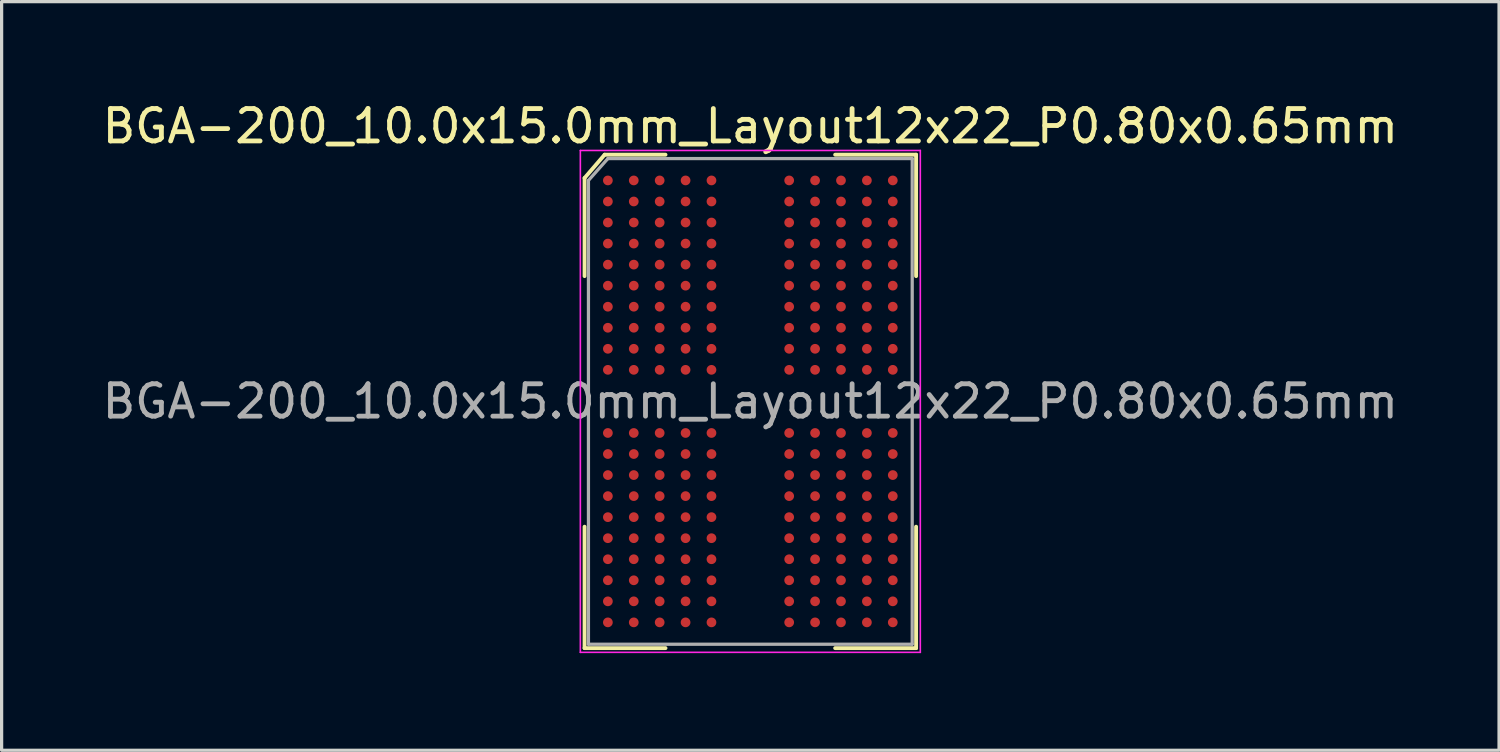
<source format=kicad_pcb>
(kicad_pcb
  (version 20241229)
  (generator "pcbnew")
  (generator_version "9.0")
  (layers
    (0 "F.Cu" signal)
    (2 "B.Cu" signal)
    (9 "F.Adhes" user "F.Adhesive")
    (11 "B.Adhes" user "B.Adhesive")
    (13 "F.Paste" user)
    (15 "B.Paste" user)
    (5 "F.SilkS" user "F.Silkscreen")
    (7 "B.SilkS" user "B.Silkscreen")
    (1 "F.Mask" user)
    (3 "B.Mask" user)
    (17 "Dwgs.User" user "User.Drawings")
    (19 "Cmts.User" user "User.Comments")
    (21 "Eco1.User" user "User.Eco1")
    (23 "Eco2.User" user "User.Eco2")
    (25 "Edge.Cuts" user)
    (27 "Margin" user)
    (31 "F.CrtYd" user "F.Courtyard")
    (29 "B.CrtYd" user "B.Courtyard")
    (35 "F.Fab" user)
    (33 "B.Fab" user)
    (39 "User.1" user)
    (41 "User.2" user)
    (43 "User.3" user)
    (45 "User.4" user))
  (footprint "BGA-200_10.0x15.0mm_Layout12x22_P0.80x0.65mm"
    (layer "F.Cu")
    (at 20.125 9.348)
    (property "Reference" "BGA-200_10.0x15.0mm_Layout12x22_P0.80x0.65mm" (at 0 -8.5 0) (layer "F.SilkS") (effects (font (size 1 1) (thickness 0.15))))
    (attr smd)
    (fp_line (start -5.12 -6.9) (end -5.12 -3.87) (stroke (width 0.12) (type solid)) (layer "F.SilkS"))
    (fp_line (start -5.12 7.62) (end -5.12 3.87) (stroke (width 0.12) (type solid)) (layer "F.SilkS"))
    (fp_line (start -4.5 -7.62) (end -5.12 -6.9) (stroke (width 0.12) (type solid)) (layer "F.SilkS"))
    (fp_line (start -2.62 -7.62) (end -4.5 -7.62) (stroke (width 0.12) (type solid)) (layer "F.SilkS"))
    (fp_line (start -2.62 7.62) (end -5.12 7.62) (stroke (width 0.12) (type solid)) (layer "F.SilkS"))
    (fp_line (start 2.62 -7.62) (end 5.12 -7.62) (stroke (width 0.12) (type solid)) (layer "F.SilkS"))
    (fp_line (start 2.62 7.62) (end 5.12 7.62) (stroke (width 0.12) (type solid)) (layer "F.SilkS"))
    (fp_line (start 5.12 -7.62) (end 5.12 -3.87) (stroke (width 0.12) (type solid)) (layer "F.SilkS"))
    (fp_line (start 5.12 7.62) (end 5.12 3.87) (stroke (width 0.12) (type solid)) (layer "F.SilkS"))
    (fp_line (start -5.25 -7.75) (end 5.25 -7.75) (stroke (width 0.05) (type solid)) (layer "F.CrtYd"))
    (fp_line (start -5.25 7.75) (end -5.25 -7.75) (stroke (width 0.05) (type solid)) (layer "F.CrtYd"))
    (fp_line (start 5.25 -7.75) (end 5.25 7.75) (stroke (width 0.05) (type solid)) (layer "F.CrtYd"))
    (fp_line (start 5.25 7.75) (end -5.25 7.75) (stroke (width 0.05) (type solid)) (layer "F.CrtYd"))
    (fp_line (start -5 -6.825) (end -5 7.5) (stroke (width 0.1) (type solid)) (layer "F.Fab"))
    (fp_line (start -5 7.5) (end 5 7.5) (stroke (width 0.1) (type solid)) (layer "F.Fab"))
    (fp_line (start -4.4 -7.5) (end -5 -6.825) (stroke (width 0.1) (type solid)) (layer "F.Fab"))
    (fp_line (start 5 -7.5) (end -4.4 -7.5) (stroke (width 0.1) (type solid)) (layer "F.Fab"))
    (fp_line (start 5 7.5) (end 5 -7.5) (stroke (width 0.1) (type solid)) (layer "F.Fab"))
    (fp_text user "${REFERENCE}" (at 0 0 0) (layer "F.Fab") (effects (font (size 1 1) (thickness 0.15))))
    (pad "A1" smd circle (at -4.4 -6.825) (size 0.3 0.3) (layers "F.Cu" "F.Mask" "F.Paste"))
    (pad "A2" smd circle (at -3.6 -6.825) (size 0.3 0.3) (layers "F.Cu" "F.Mask" "F.Paste"))
    (pad "A3" smd circle (at -2.8 -6.825) (size 0.3 0.3) (layers "F.Cu" "F.Mask" "F.Paste"))
    (pad "A4" smd circle (at -2 -6.825) (size 0.3 0.3) (layers "F.Cu" "F.Mask" "F.Paste"))
    (pad "A5" smd circle (at -1.2 -6.825) (size 0.3 0.3) (layers "F.Cu" "F.Mask" "F.Paste"))
    (pad "A8" smd circle (at 1.2 -6.825) (size 0.3 0.3) (layers "F.Cu" "F.Mask" "F.Paste"))
    (pad "A9" smd circle (at 2 -6.825) (size 0.3 0.3) (layers "F.Cu" "F.Mask" "F.Paste"))
    (pad "A10" smd circle (at 2.8 -6.825) (size 0.3 0.3) (layers "F.Cu" "F.Mask" "F.Paste"))
    (pad "A11" smd circle (at 3.6 -6.825) (size 0.3 0.3) (layers "F.Cu" "F.Mask" "F.Paste"))
    (pad "A12" smd circle (at 4.4 -6.825) (size 0.3 0.3) (layers "F.Cu" "F.Mask" "F.Paste"))
    (pad "AA1" smd circle (at -4.4 6.175) (size 0.3 0.3) (layers "F.Cu" "F.Mask" "F.Paste"))
    (pad "AA2" smd circle (at -3.6 6.175) (size 0.3 0.3) (layers "F.Cu" "F.Mask" "F.Paste"))
    (pad "AA3" smd circle (at -2.8 6.175) (size 0.3 0.3) (layers "F.Cu" "F.Mask" "F.Paste"))
    (pad "AA4" smd circle (at -2 6.175) (size 0.3 0.3) (layers "F.Cu" "F.Mask" "F.Paste"))
    (pad "AA5" smd circle (at -1.2 6.175) (size 0.3 0.3) (layers "F.Cu" "F.Mask" "F.Paste"))
    (pad "AA8" smd circle (at 1.2 6.175) (size 0.3 0.3) (layers "F.Cu" "F.Mask" "F.Paste"))
    (pad "AA9" smd circle (at 2 6.175) (size 0.3 0.3) (layers "F.Cu" "F.Mask" "F.Paste"))
    (pad "AA10" smd circle (at 2.8 6.175) (size 0.3 0.3) (layers "F.Cu" "F.Mask" "F.Paste"))
    (pad "AA11" smd circle (at 3.6 6.175) (size 0.3 0.3) (layers "F.Cu" "F.Mask" "F.Paste"))
    (pad "AA12" smd circle (at 4.4 6.175) (size 0.3 0.3) (layers "F.Cu" "F.Mask" "F.Paste"))
    (pad "AB1" smd circle (at -4.4 6.825) (size 0.3 0.3) (layers "F.Cu" "F.Mask" "F.Paste"))
    (pad "AB2" smd circle (at -3.6 6.825) (size 0.3 0.3) (layers "F.Cu" "F.Mask" "F.Paste"))
    (pad "AB3" smd circle (at -2.8 6.825) (size 0.3 0.3) (layers "F.Cu" "F.Mask" "F.Paste"))
    (pad "AB4" smd circle (at -2 6.825) (size 0.3 0.3) (layers "F.Cu" "F.Mask" "F.Paste"))
    (pad "AB5" smd circle (at -1.2 6.825) (size 0.3 0.3) (layers "F.Cu" "F.Mask" "F.Paste"))
    (pad "AB8" smd circle (at 1.2 6.825) (size 0.3 0.3) (layers "F.Cu" "F.Mask" "F.Paste"))
    (pad "AB9" smd circle (at 2 6.825) (size 0.3 0.3) (layers "F.Cu" "F.Mask" "F.Paste"))
    (pad "AB10" smd circle (at 2.8 6.825) (size 0.3 0.3) (layers "F.Cu" "F.Mask" "F.Paste"))
    (pad "AB11" smd circle (at 3.6 6.825) (size 0.3 0.3) (layers "F.Cu" "F.Mask" "F.Paste"))
    (pad "AB12" smd circle (at 4.4 6.825) (size 0.3 0.3) (layers "F.Cu" "F.Mask" "F.Paste"))
    (pad "B1" smd circle (at -4.4 -6.175) (size 0.3 0.3) (layers "F.Cu" "F.Mask" "F.Paste"))
    (pad "B2" smd circle (at -3.6 -6.175) (size 0.3 0.3) (layers "F.Cu" "F.Mask" "F.Paste"))
    (pad "B3" smd circle (at -2.8 -6.175) (size 0.3 0.3) (layers "F.Cu" "F.Mask" "F.Paste"))
    (pad "B4" smd circle (at -2 -6.175) (size 0.3 0.3) (layers "F.Cu" "F.Mask" "F.Paste"))
    (pad "B5" smd circle (at -1.2 -6.175) (size 0.3 0.3) (layers "F.Cu" "F.Mask" "F.Paste"))
    (pad "B8" smd circle (at 1.2 -6.175) (size 0.3 0.3) (layers "F.Cu" "F.Mask" "F.Paste"))
    (pad "B9" smd circle (at 2 -6.175) (size 0.3 0.3) (layers "F.Cu" "F.Mask" "F.Paste"))
    (pad "B10" smd circle (at 2.8 -6.175) (size 0.3 0.3) (layers "F.Cu" "F.Mask" "F.Paste"))
    (pad "B11" smd circle (at 3.6 -6.175) (size 0.3 0.3) (layers "F.Cu" "F.Mask" "F.Paste"))
    (pad "B12" smd circle (at 4.4 -6.175) (size 0.3 0.3) (layers "F.Cu" "F.Mask" "F.Paste"))
    (pad "C1" smd circle (at -4.4 -5.525) (size 0.3 0.3) (layers "F.Cu" "F.Mask" "F.Paste"))
    (pad "C2" smd circle (at -3.6 -5.525) (size 0.3 0.3) (layers "F.Cu" "F.Mask" "F.Paste"))
    (pad "C3" smd circle (at -2.8 -5.525) (size 0.3 0.3) (layers "F.Cu" "F.Mask" "F.Paste"))
    (pad "C4" smd circle (at -2 -5.525) (size 0.3 0.3) (layers "F.Cu" "F.Mask" "F.Paste"))
    (pad "C5" smd circle (at -1.2 -5.525) (size 0.3 0.3) (layers "F.Cu" "F.Mask" "F.Paste"))
    (pad "C8" smd circle (at 1.2 -5.525) (size 0.3 0.3) (layers "F.Cu" "F.Mask" "F.Paste"))
    (pad "C9" smd circle (at 2 -5.525) (size 0.3 0.3) (layers "F.Cu" "F.Mask" "F.Paste"))
    (pad "C10" smd circle (at 2.8 -5.525) (size 0.3 0.3) (layers "F.Cu" "F.Mask" "F.Paste"))
    (pad "C11" smd circle (at 3.6 -5.525) (size 0.3 0.3) (layers "F.Cu" "F.Mask" "F.Paste"))
    (pad "C12" smd circle (at 4.4 -5.525) (size 0.3 0.3) (layers "F.Cu" "F.Mask" "F.Paste"))
    (pad "D1" smd circle (at -4.4 -4.875) (size 0.3 0.3) (layers "F.Cu" "F.Mask" "F.Paste"))
    (pad "D2" smd circle (at -3.6 -4.875) (size 0.3 0.3) (layers "F.Cu" "F.Mask" "F.Paste"))
    (pad "D3" smd circle (at -2.8 -4.875) (size 0.3 0.3) (layers "F.Cu" "F.Mask" "F.Paste"))
    (pad "D4" smd circle (at -2 -4.875) (size 0.3 0.3) (layers "F.Cu" "F.Mask" "F.Paste"))
    (pad "D5" smd circle (at -1.2 -4.875) (size 0.3 0.3) (layers "F.Cu" "F.Mask" "F.Paste"))
    (pad "D8" smd circle (at 1.2 -4.875) (size 0.3 0.3) (layers "F.Cu" "F.Mask" "F.Paste"))
    (pad "D9" smd circle (at 2 -4.875) (size 0.3 0.3) (layers "F.Cu" "F.Mask" "F.Paste"))
    (pad "D10" smd circle (at 2.8 -4.875) (size 0.3 0.3) (layers "F.Cu" "F.Mask" "F.Paste"))
    (pad "D11" smd circle (at 3.6 -4.875) (size 0.3 0.3) (layers "F.Cu" "F.Mask" "F.Paste"))
    (pad "D12" smd circle (at 4.4 -4.875) (size 0.3 0.3) (layers "F.Cu" "F.Mask" "F.Paste"))
    (pad "E1" smd circle (at -4.4 -4.225) (size 0.3 0.3) (layers "F.Cu" "F.Mask" "F.Paste"))
    (pad "E2" smd circle (at -3.6 -4.225) (size 0.3 0.3) (layers "F.Cu" "F.Mask" "F.Paste"))
    (pad "E3" smd circle (at -2.8 -4.225) (size 0.3 0.3) (layers "F.Cu" "F.Mask" "F.Paste"))
    (pad "E4" smd circle (at -2 -4.225) (size 0.3 0.3) (layers "F.Cu" "F.Mask" "F.Paste"))
    (pad "E5" smd circle (at -1.2 -4.225) (size 0.3 0.3) (layers "F.Cu" "F.Mask" "F.Paste"))
    (pad "E8" smd circle (at 1.2 -4.225) (size 0.3 0.3) (layers "F.Cu" "F.Mask" "F.Paste"))
    (pad "E9" smd circle (at 2 -4.225) (size 0.3 0.3) (layers "F.Cu" "F.Mask" "F.Paste"))
    (pad "E10" smd circle (at 2.8 -4.225) (size 0.3 0.3) (layers "F.Cu" "F.Mask" "F.Paste"))
    (pad "E11" smd circle (at 3.6 -4.225) (size 0.3 0.3) (layers "F.Cu" "F.Mask" "F.Paste"))
    (pad "E12" smd circle (at 4.4 -4.225) (size 0.3 0.3) (layers "F.Cu" "F.Mask" "F.Paste"))
    (pad "F1" smd circle (at -4.4 -3.575) (size 0.3 0.3) (layers "F.Cu" "F.Mask" "F.Paste"))
    (pad "F2" smd circle (at -3.6 -3.575) (size 0.3 0.3) (layers "F.Cu" "F.Mask" "F.Paste"))
    (pad "F3" smd circle (at -2.8 -3.575) (size 0.3 0.3) (layers "F.Cu" "F.Mask" "F.Paste"))
    (pad "F4" smd circle (at -2 -3.575) (size 0.3 0.3) (layers "F.Cu" "F.Mask" "F.Paste"))
    (pad "F5" smd circle (at -1.2 -3.575) (size 0.3 0.3) (layers "F.Cu" "F.Mask" "F.Paste"))
    (pad "F8" smd circle (at 1.2 -3.575) (size 0.3 0.3) (layers "F.Cu" "F.Mask" "F.Paste"))
    (pad "F9" smd circle (at 2 -3.575) (size 0.3 0.3) (layers "F.Cu" "F.Mask" "F.Paste"))
    (pad "F10" smd circle (at 2.8 -3.575) (size 0.3 0.3) (layers "F.Cu" "F.Mask" "F.Paste"))
    (pad "F11" smd circle (at 3.6 -3.575) (size 0.3 0.3) (layers "F.Cu" "F.Mask" "F.Paste"))
    (pad "F12" smd circle (at 4.4 -3.575) (size 0.3 0.3) (layers "F.Cu" "F.Mask" "F.Paste"))
    (pad "G1" smd circle (at -4.4 -2.925) (size 0.3 0.3) (layers "F.Cu" "F.Mask" "F.Paste"))
    (pad "G2" smd circle (at -3.6 -2.925) (size 0.3 0.3) (layers "F.Cu" "F.Mask" "F.Paste"))
    (pad "G3" smd circle (at -2.8 -2.925) (size 0.3 0.3) (layers "F.Cu" "F.Mask" "F.Paste"))
    (pad "G4" smd circle (at -2 -2.925) (size 0.3 0.3) (layers "F.Cu" "F.Mask" "F.Paste"))
    (pad "G5" smd circle (at -1.2 -2.925) (size 0.3 0.3) (layers "F.Cu" "F.Mask" "F.Paste"))
    (pad "G8" smd circle (at 1.2 -2.925) (size 0.3 0.3) (layers "F.Cu" "F.Mask" "F.Paste"))
    (pad "G9" smd circle (at 2 -2.925) (size 0.3 0.3) (layers "F.Cu" "F.Mask" "F.Paste"))
    (pad "G10" smd circle (at 2.8 -2.925) (size 0.3 0.3) (layers "F.Cu" "F.Mask" "F.Paste"))
    (pad "G11" smd circle (at 3.6 -2.925) (size 0.3 0.3) (layers "F.Cu" "F.Mask" "F.Paste"))
    (pad "G12" smd circle (at 4.4 -2.925) (size 0.3 0.3) (layers "F.Cu" "F.Mask" "F.Paste"))
    (pad "H1" smd circle (at -4.4 -2.275) (size 0.3 0.3) (layers "F.Cu" "F.Mask" "F.Paste"))
    (pad "H2" smd circle (at -3.6 -2.275) (size 0.3 0.3) (layers "F.Cu" "F.Mask" "F.Paste"))
    (pad "H3" smd circle (at -2.8 -2.275) (size 0.3 0.3) (layers "F.Cu" "F.Mask" "F.Paste"))
    (pad "H4" smd circle (at -2 -2.275) (size 0.3 0.3) (layers "F.Cu" "F.Mask" "F.Paste"))
    (pad "H5" smd circle (at -1.2 -2.275) (size 0.3 0.3) (layers "F.Cu" "F.Mask" "F.Paste"))
    (pad "H8" smd circle (at 1.2 -2.275) (size 0.3 0.3) (layers "F.Cu" "F.Mask" "F.Paste"))
    (pad "H9" smd circle (at 2 -2.275) (size 0.3 0.3) (layers "F.Cu" "F.Mask" "F.Paste"))
    (pad "H10" smd circle (at 2.8 -2.275) (size 0.3 0.3) (layers "F.Cu" "F.Mask" "F.Paste"))
    (pad "H11" smd circle (at 3.6 -2.275) (size 0.3 0.3) (layers "F.Cu" "F.Mask" "F.Paste"))
    (pad "H12" smd circle (at 4.4 -2.275) (size 0.3 0.3) (layers "F.Cu" "F.Mask" "F.Paste"))
    (pad "J1" smd circle (at -4.4 -1.625) (size 0.3 0.3) (layers "F.Cu" "F.Mask" "F.Paste"))
    (pad "J2" smd circle (at -3.6 -1.625) (size 0.3 0.3) (layers "F.Cu" "F.Mask" "F.Paste"))
    (pad "J3" smd circle (at -2.8 -1.625) (size 0.3 0.3) (layers "F.Cu" "F.Mask" "F.Paste"))
    (pad "J4" smd circle (at -2 -1.625) (size 0.3 0.3) (layers "F.Cu" "F.Mask" "F.Paste"))
    (pad "J5" smd circle (at -1.2 -1.625) (size 0.3 0.3) (layers "F.Cu" "F.Mask" "F.Paste"))
    (pad "J8" smd circle (at 1.2 -1.625) (size 0.3 0.3) (layers "F.Cu" "F.Mask" "F.Paste"))
    (pad "J9" smd circle (at 2 -1.625) (size 0.3 0.3) (layers "F.Cu" "F.Mask" "F.Paste"))
    (pad "J10" smd circle (at 2.8 -1.625) (size 0.3 0.3) (layers "F.Cu" "F.Mask" "F.Paste"))
    (pad "J11" smd circle (at 3.6 -1.625) (size 0.3 0.3) (layers "F.Cu" "F.Mask" "F.Paste"))
    (pad "J12" smd circle (at 4.4 -1.625) (size 0.3 0.3) (layers "F.Cu" "F.Mask" "F.Paste"))
    (pad "K1" smd circle (at -4.4 -0.975) (size 0.3 0.3) (layers "F.Cu" "F.Mask" "F.Paste"))
    (pad "K2" smd circle (at -3.6 -0.975) (size 0.3 0.3) (layers "F.Cu" "F.Mask" "F.Paste"))
    (pad "K3" smd circle (at -2.8 -0.975) (size 0.3 0.3) (layers "F.Cu" "F.Mask" "F.Paste"))
    (pad "K4" smd circle (at -2 -0.975) (size 0.3 0.3) (layers "F.Cu" "F.Mask" "F.Paste"))
    (pad "K5" smd circle (at -1.2 -0.975) (size 0.3 0.3) (layers "F.Cu" "F.Mask" "F.Paste"))
    (pad "K8" smd circle (at 1.2 -0.975) (size 0.3 0.3) (layers "F.Cu" "F.Mask" "F.Paste"))
    (pad "K9" smd circle (at 2 -0.975) (size 0.3 0.3) (layers "F.Cu" "F.Mask" "F.Paste"))
    (pad "K10" smd circle (at 2.8 -0.975) (size 0.3 0.3) (layers "F.Cu" "F.Mask" "F.Paste"))
    (pad "K11" smd circle (at 3.6 -0.975) (size 0.3 0.3) (layers "F.Cu" "F.Mask" "F.Paste"))
    (pad "K12" smd circle (at 4.4 -0.975) (size 0.3 0.3) (layers "F.Cu" "F.Mask" "F.Paste"))
    (pad "N1" smd circle (at -4.4 0.975) (size 0.3 0.3) (layers "F.Cu" "F.Mask" "F.Paste"))
    (pad "N2" smd circle (at -3.6 0.975) (size 0.3 0.3) (layers "F.Cu" "F.Mask" "F.Paste"))
    (pad "N3" smd circle (at -2.8 0.975) (size 0.3 0.3) (layers "F.Cu" "F.Mask" "F.Paste"))
    (pad "N4" smd circle (at -2 0.975) (size 0.3 0.3) (layers "F.Cu" "F.Mask" "F.Paste"))
    (pad "N5" smd circle (at -1.2 0.975) (size 0.3 0.3) (layers "F.Cu" "F.Mask" "F.Paste"))
    (pad "N8" smd circle (at 1.2 0.975) (size 0.3 0.3) (layers "F.Cu" "F.Mask" "F.Paste"))
    (pad "N9" smd circle (at 2 0.975) (size 0.3 0.3) (layers "F.Cu" "F.Mask" "F.Paste"))
    (pad "N10" smd circle (at 2.8 0.975) (size 0.3 0.3) (layers "F.Cu" "F.Mask" "F.Paste"))
    (pad "N11" smd circle (at 3.6 0.975) (size 0.3 0.3) (layers "F.Cu" "F.Mask" "F.Paste"))
    (pad "N12" smd circle (at 4.4 0.975) (size 0.3 0.3) (layers "F.Cu" "F.Mask" "F.Paste"))
    (pad "P1" smd circle (at -4.4 1.625) (size 0.3 0.3) (layers "F.Cu" "F.Mask" "F.Paste"))
    (pad "P2" smd circle (at -3.6 1.625) (size 0.3 0.3) (layers "F.Cu" "F.Mask" "F.Paste"))
    (pad "P3" smd circle (at -2.8 1.625) (size 0.3 0.3) (layers "F.Cu" "F.Mask" "F.Paste"))
    (pad "P4" smd circle (at -2 1.625) (size 0.3 0.3) (layers "F.Cu" "F.Mask" "F.Paste"))
    (pad "P5" smd circle (at -1.2 1.625) (size 0.3 0.3) (layers "F.Cu" "F.Mask" "F.Paste"))
    (pad "P8" smd circle (at 1.2 1.625) (size 0.3 0.3) (layers "F.Cu" "F.Mask" "F.Paste"))
    (pad "P9" smd circle (at 2 1.625) (size 0.3 0.3) (layers "F.Cu" "F.Mask" "F.Paste"))
    (pad "P10" smd circle (at 2.8 1.625) (size 0.3 0.3) (layers "F.Cu" "F.Mask" "F.Paste"))
    (pad "P11" smd circle (at 3.6 1.625) (size 0.3 0.3) (layers "F.Cu" "F.Mask" "F.Paste"))
    (pad "P12" smd circle (at 4.4 1.625) (size 0.3 0.3) (layers "F.Cu" "F.Mask" "F.Paste"))
    (pad "R1" smd circle (at -4.4 2.275) (size 0.3 0.3) (layers "F.Cu" "F.Mask" "F.Paste"))
    (pad "R2" smd circle (at -3.6 2.275) (size 0.3 0.3) (layers "F.Cu" "F.Mask" "F.Paste"))
    (pad "R3" smd circle (at -2.8 2.275) (size 0.3 0.3) (layers "F.Cu" "F.Mask" "F.Paste"))
    (pad "R4" smd circle (at -2 2.275) (size 0.3 0.3) (layers "F.Cu" "F.Mask" "F.Paste"))
    (pad "R5" smd circle (at -1.2 2.275) (size 0.3 0.3) (layers "F.Cu" "F.Mask" "F.Paste"))
    (pad "R8" smd circle (at 1.2 2.275) (size 0.3 0.3) (layers "F.Cu" "F.Mask" "F.Paste"))
    (pad "R9" smd circle (at 2 2.275) (size 0.3 0.3) (layers "F.Cu" "F.Mask" "F.Paste"))
    (pad "R10" smd circle (at 2.8 2.275) (size 0.3 0.3) (layers "F.Cu" "F.Mask" "F.Paste"))
    (pad "R11" smd circle (at 3.6 2.275) (size 0.3 0.3) (layers "F.Cu" "F.Mask" "F.Paste"))
    (pad "R12" smd circle (at 4.4 2.275) (size 0.3 0.3) (layers "F.Cu" "F.Mask" "F.Paste"))
    (pad "T1" smd circle (at -4.4 2.925) (size 0.3 0.3) (layers "F.Cu" "F.Mask" "F.Paste"))
    (pad "T2" smd circle (at -3.6 2.925) (size 0.3 0.3) (layers "F.Cu" "F.Mask" "F.Paste"))
    (pad "T3" smd circle (at -2.8 2.925) (size 0.3 0.3) (layers "F.Cu" "F.Mask" "F.Paste"))
    (pad "T4" smd circle (at -2 2.925) (size 0.3 0.3) (layers "F.Cu" "F.Mask" "F.Paste"))
    (pad "T5" smd circle (at -1.2 2.925) (size 0.3 0.3) (layers "F.Cu" "F.Mask" "F.Paste"))
    (pad "T8" smd circle (at 1.2 2.925) (size 0.3 0.3) (layers "F.Cu" "F.Mask" "F.Paste"))
    (pad "T9" smd circle (at 2 2.925) (size 0.3 0.3) (layers "F.Cu" "F.Mask" "F.Paste"))
    (pad "T10" smd circle (at 2.8 2.925) (size 0.3 0.3) (layers "F.Cu" "F.Mask" "F.Paste"))
    (pad "T11" smd circle (at 3.6 2.925) (size 0.3 0.3) (layers "F.Cu" "F.Mask" "F.Paste"))
    (pad "T12" smd circle (at 4.4 2.925) (size 0.3 0.3) (layers "F.Cu" "F.Mask" "F.Paste"))
    (pad "U1" smd circle (at -4.4 3.575) (size 0.3 0.3) (layers "F.Cu" "F.Mask" "F.Paste"))
    (pad "U2" smd circle (at -3.6 3.575) (size 0.3 0.3) (layers "F.Cu" "F.Mask" "F.Paste"))
    (pad "U3" smd circle (at -2.8 3.575) (size 0.3 0.3) (layers "F.Cu" "F.Mask" "F.Paste"))
    (pad "U4" smd circle (at -2 3.575) (size 0.3 0.3) (layers "F.Cu" "F.Mask" "F.Paste"))
    (pad "U5" smd circle (at -1.2 3.575) (size 0.3 0.3) (layers "F.Cu" "F.Mask" "F.Paste"))
    (pad "U8" smd circle (at 1.2 3.575) (size 0.3 0.3) (layers "F.Cu" "F.Mask" "F.Paste"))
    (pad "U9" smd circle (at 2 3.575) (size 0.3 0.3) (layers "F.Cu" "F.Mask" "F.Paste"))
    (pad "U10" smd circle (at 2.8 3.575) (size 0.3 0.3) (layers "F.Cu" "F.Mask" "F.Paste"))
    (pad "U11" smd circle (at 3.6 3.575) (size 0.3 0.3) (layers "F.Cu" "F.Mask" "F.Paste"))
    (pad "U12" smd circle (at 4.4 3.575) (size 0.3 0.3) (layers "F.Cu" "F.Mask" "F.Paste"))
    (pad "V1" smd circle (at -4.4 4.225) (size 0.3 0.3) (layers "F.Cu" "F.Mask" "F.Paste"))
    (pad "V2" smd circle (at -3.6 4.225) (size 0.3 0.3) (layers "F.Cu" "F.Mask" "F.Paste"))
    (pad "V3" smd circle (at -2.8 4.225) (size 0.3 0.3) (layers "F.Cu" "F.Mask" "F.Paste"))
    (pad "V4" smd circle (at -2 4.225) (size 0.3 0.3) (layers "F.Cu" "F.Mask" "F.Paste"))
    (pad "V5" smd circle (at -1.2 4.225) (size 0.3 0.3) (layers "F.Cu" "F.Mask" "F.Paste"))
    (pad "V8" smd circle (at 1.2 4.225) (size 0.3 0.3) (layers "F.Cu" "F.Mask" "F.Paste"))
    (pad "V9" smd circle (at 2 4.225) (size 0.3 0.3) (layers "F.Cu" "F.Mask" "F.Paste"))
    (pad "V10" smd circle (at 2.8 4.225) (size 0.3 0.3) (layers "F.Cu" "F.Mask" "F.Paste"))
    (pad "V11" smd circle (at 3.6 4.225) (size 0.3 0.3) (layers "F.Cu" "F.Mask" "F.Paste"))
    (pad "V12" smd circle (at 4.4 4.225) (size 0.3 0.3) (layers "F.Cu" "F.Mask" "F.Paste"))
    (pad "W1" smd circle (at -4.4 4.875) (size 0.3 0.3) (layers "F.Cu" "F.Mask" "F.Paste"))
    (pad "W2" smd circle (at -3.6 4.875) (size 0.3 0.3) (layers "F.Cu" "F.Mask" "F.Paste"))
    (pad "W3" smd circle (at -2.8 4.875) (size 0.3 0.3) (layers "F.Cu" "F.Mask" "F.Paste"))
    (pad "W4" smd circle (at -2 4.875) (size 0.3 0.3) (layers "F.Cu" "F.Mask" "F.Paste"))
    (pad "W5" smd circle (at -1.2 4.875) (size 0.3 0.3) (layers "F.Cu" "F.Mask" "F.Paste"))
    (pad "W8" smd circle (at 1.2 4.875) (size 0.3 0.3) (layers "F.Cu" "F.Mask" "F.Paste"))
    (pad "W9" smd circle (at 2 4.875) (size 0.3 0.3) (layers "F.Cu" "F.Mask" "F.Paste"))
    (pad "W10" smd circle (at 2.8 4.875) (size 0.3 0.3) (layers "F.Cu" "F.Mask" "F.Paste"))
    (pad "W11" smd circle (at 3.6 4.875) (size 0.3 0.3) (layers "F.Cu" "F.Mask" "F.Paste"))
    (pad "W12" smd circle (at 4.4 4.875) (size 0.3 0.3) (layers "F.Cu" "F.Mask" "F.Paste"))
    (pad "Y1" smd circle (at -4.4 5.525) (size 0.3 0.3) (layers "F.Cu" "F.Mask" "F.Paste"))
    (pad "Y2" smd circle (at -3.6 5.525) (size 0.3 0.3) (layers "F.Cu" "F.Mask" "F.Paste"))
    (pad "Y3" smd circle (at -2.8 5.525) (size 0.3 0.3) (layers "F.Cu" "F.Mask" "F.Paste"))
    (pad "Y4" smd circle (at -2 5.525) (size 0.3 0.3) (layers "F.Cu" "F.Mask" "F.Paste"))
    (pad "Y5" smd circle (at -1.2 5.525) (size 0.3 0.3) (layers "F.Cu" "F.Mask" "F.Paste"))
    (pad "Y8" smd circle (at 1.2 5.525) (size 0.3 0.3) (layers "F.Cu" "F.Mask" "F.Paste"))
    (pad "Y9" smd circle (at 2 5.525) (size 0.3 0.3) (layers "F.Cu" "F.Mask" "F.Paste"))
    (pad "Y10" smd circle (at 2.8 5.525) (size 0.3 0.3) (layers "F.Cu" "F.Mask" "F.Paste"))
    (pad "Y11" smd circle (at 3.6 5.525) (size 0.3 0.3) (layers "F.Cu" "F.Mask" "F.Paste"))
    (pad "Y12" smd circle (at 4.4 5.525) (size 0.3 0.3) (layers "F.Cu" "F.Mask" "F.Paste")))
  (gr_rect
    (start -3 -3)
    (end 43.25 20.123)
    (stroke (width 0.1) (type default))
    (fill no)
    (layer "Edge.Cuts")))
</source>
